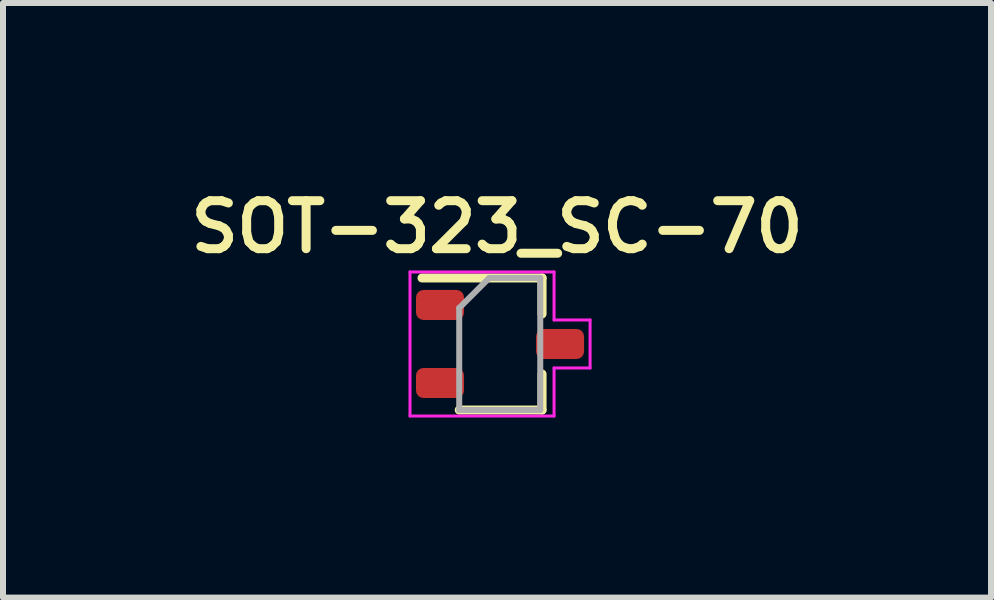
<source format=kicad_pcb>
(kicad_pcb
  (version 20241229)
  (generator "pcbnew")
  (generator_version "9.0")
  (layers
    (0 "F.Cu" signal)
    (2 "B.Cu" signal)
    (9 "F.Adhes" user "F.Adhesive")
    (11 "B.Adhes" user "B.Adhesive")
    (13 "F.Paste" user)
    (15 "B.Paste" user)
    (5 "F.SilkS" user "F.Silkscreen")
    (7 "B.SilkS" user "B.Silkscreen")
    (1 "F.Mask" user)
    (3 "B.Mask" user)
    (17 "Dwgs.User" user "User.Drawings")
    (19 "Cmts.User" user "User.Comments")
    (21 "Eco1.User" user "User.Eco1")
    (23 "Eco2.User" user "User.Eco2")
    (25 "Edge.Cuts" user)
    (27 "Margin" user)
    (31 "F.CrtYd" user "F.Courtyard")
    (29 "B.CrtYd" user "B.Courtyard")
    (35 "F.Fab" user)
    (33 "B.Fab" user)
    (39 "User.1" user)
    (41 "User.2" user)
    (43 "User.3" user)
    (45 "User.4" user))
  (footprint "SOT-323_SC-70"
    (layer "F.Cu")
    (at 5.281 2.681)
    (property "Reference" "SOT-323_SC-70" (at -0.05 -1.95 0) (layer "F.SilkS") (effects (font (size 0.8 0.8) (thickness 0.15))))
    (attr smd)
    (fp_line (start -0.68 1.1) (end 0.7 1.1) (stroke (width 0.15) (type solid)) (layer "F.SilkS"))
    (fp_line (start 0.7 -1.1) (end -1.3 -1.1) (stroke (width 0.15) (type solid)) (layer "F.SilkS"))
    (fp_line (start 0.7 -1.1) (end 0.7 -0.5) (stroke (width 0.15) (type solid)) (layer "F.SilkS"))
    (fp_line (start 0.7 0.5) (end 0.7 1.1) (stroke (width 0.15) (type solid)) (layer "F.SilkS"))
    (fp_line (start -1.5 -1.2) (end 0.9 -1.2) (stroke (width 0.05) (type solid)) (layer "F.CrtYd"))
    (fp_line (start -1.5 1.2) (end -1.5 -1.2) (stroke (width 0.05) (type solid)) (layer "F.CrtYd"))
    (fp_line (start 0.9 -1.2) (end 0.9 -0.4) (stroke (width 0.05) (type solid)) (layer "F.CrtYd"))
    (fp_line (start 0.9 -0.4) (end 1.5 -0.4) (stroke (width 0.05) (type solid)) (layer "F.CrtYd"))
    (fp_line (start 0.9 0.4) (end 0.9 1.2) (stroke (width 0.05) (type solid)) (layer "F.CrtYd"))
    (fp_line (start 0.9 0.4) (end 1.5 0.4) (stroke (width 0.05) (type solid)) (layer "F.CrtYd"))
    (fp_line (start 0.9 1.2) (end -1.5 1.2) (stroke (width 0.05) (type solid)) (layer "F.CrtYd"))
    (fp_line (start 1.5 0.4) (end 1.5 -0.4) (stroke (width 0.05) (type solid)) (layer "F.CrtYd"))
    (fp_line (start -0.68 -0.6) (end -0.68 1.1) (stroke (width 0.1) (type solid)) (layer "F.Fab"))
    (fp_line (start -0.18 -1.1) (end -0.68 -0.6) (stroke (width 0.1) (type solid)) (layer "F.Fab"))
    (fp_line (start 0.67 -1.1) (end -0.18 -1.1) (stroke (width 0.1) (type solid)) (layer "F.Fab"))
    (fp_line (start 0.67 -1.1) (end 0.67 1.1) (stroke (width 0.1) (type solid)) (layer "F.Fab"))
    (fp_line (start 0.67 1.1) (end -0.68 1.1) (stroke (width 0.1) (type solid)) (layer "F.Fab"))
    (pad "1" smd roundrect (at -1 -0.65 270) (size 0.5 0.8) (layers "F.Cu" "F.Mask" "F.Paste") (roundrect_rratio 0.25))
    (pad "2" smd roundrect (at -1 0.65 270) (size 0.5 0.8) (layers "F.Cu" "F.Mask" "F.Paste") (roundrect_rratio 0.25))
    (pad "3" smd roundrect (at 1 0 270) (size 0.5 0.8) (layers "F.Cu" "F.Mask" "F.Paste") (roundrect_rratio 0.25)))
  (gr_rect
    (start -3 -3)
    (end 13.461 6.906)
    (stroke (width 0.1) (type default))
    (fill no)
    (layer "Edge.Cuts")))
</source>
